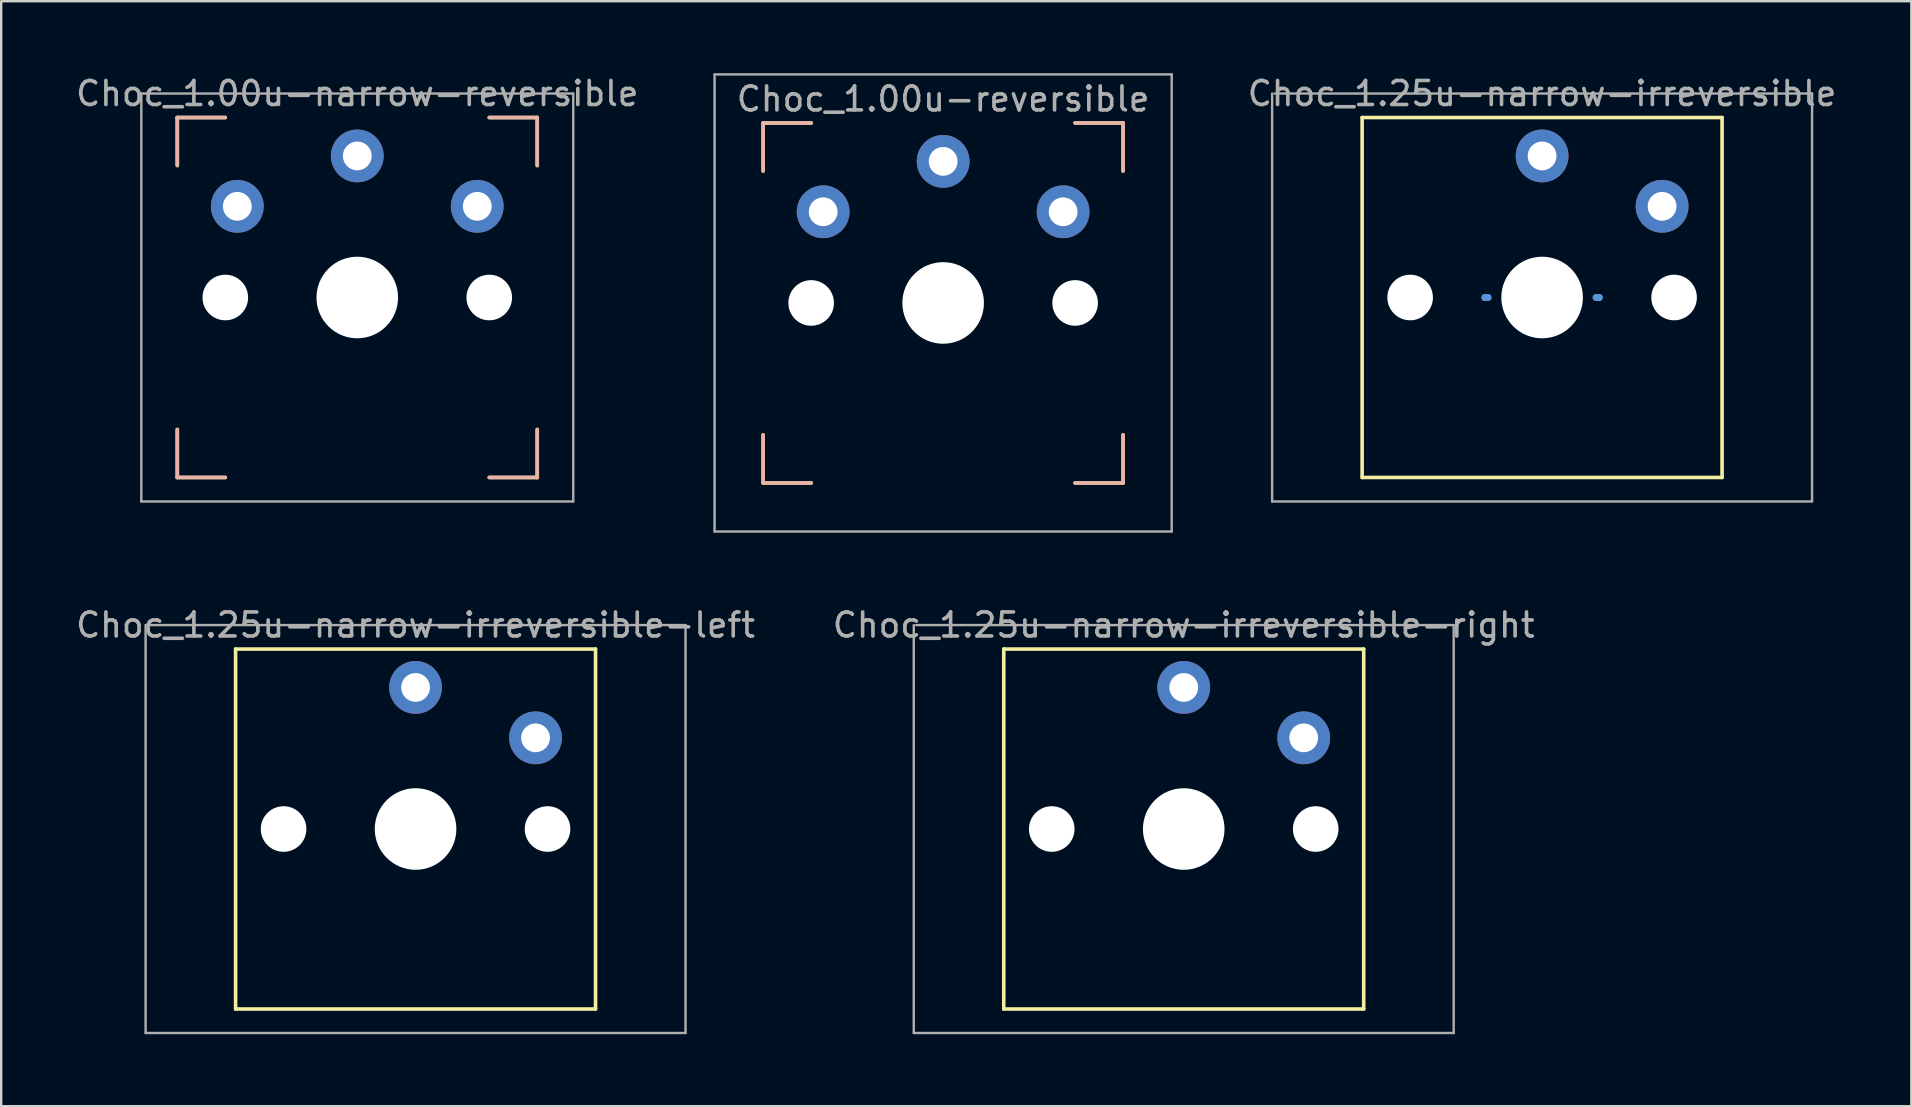
<source format=kicad_pcb>
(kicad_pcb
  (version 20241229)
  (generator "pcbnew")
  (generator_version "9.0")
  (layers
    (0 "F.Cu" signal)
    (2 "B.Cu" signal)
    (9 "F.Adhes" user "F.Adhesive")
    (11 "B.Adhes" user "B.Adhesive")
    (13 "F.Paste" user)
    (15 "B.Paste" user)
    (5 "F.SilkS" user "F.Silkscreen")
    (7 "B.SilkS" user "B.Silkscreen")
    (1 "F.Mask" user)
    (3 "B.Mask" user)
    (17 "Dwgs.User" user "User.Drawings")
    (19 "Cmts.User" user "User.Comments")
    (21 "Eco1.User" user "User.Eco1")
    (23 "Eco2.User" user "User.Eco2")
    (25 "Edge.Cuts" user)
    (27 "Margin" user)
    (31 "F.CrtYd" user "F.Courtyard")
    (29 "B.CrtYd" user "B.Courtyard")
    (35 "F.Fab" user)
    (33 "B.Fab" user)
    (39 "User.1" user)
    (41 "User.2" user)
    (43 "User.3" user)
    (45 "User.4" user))
  (footprint "Choc_1.00u-reversible"
    (layer "F.Cu")
    (at 36.254 9.575)
    (property "Reference" "Choc_1.00u-reversible" (at 0 -8.5 0) (layer "F.Fab") (effects (font (size 1 1) (thickness 0.15))))
    (attr through_hole)
    (fp_line (start -7.5 -7.5) (end -5.5 -7.5) (stroke (width 0.15) (type solid)) (layer "F.SilkS"))
    (fp_line (start -7.5 -5.5) (end -7.5 -7.5) (stroke (width 0.15) (type solid)) (layer "F.SilkS"))
    (fp_line (start -7.5 7.5) (end -7.5 5.5) (stroke (width 0.15) (type solid)) (layer "F.SilkS"))
    (fp_line (start -7.5 7.5) (end -5.5 7.5) (stroke (width 0.15) (type solid)) (layer "F.SilkS"))
    (fp_line (start 5.5 -7.5) (end 7.5 -7.5) (stroke (width 0.15) (type solid)) (layer "F.SilkS"))
    (fp_line (start 7.5 -7.5) (end 7.5 -5.5) (stroke (width 0.15) (type solid)) (layer "F.SilkS"))
    (fp_line (start 7.5 7.5) (end 5.5 7.5) (stroke (width 0.15) (type solid)) (layer "F.SilkS"))
    (fp_line (start 7.5 7.5) (end 7.5 5.5) (stroke (width 0.15) (type solid)) (layer "F.SilkS"))
    (fp_line (start -7.5 -5.5) (end -7.5 -7.5) (stroke (width 0.15) (type solid)) (layer "B.SilkS"))
    (fp_line (start -7.5 7.5) (end -7.5 5.5) (stroke (width 0.15) (type solid)) (layer "B.SilkS"))
    (fp_line (start -7.5 7.5) (end -5.5 7.5) (stroke (width 0.15) (type solid)) (layer "B.SilkS"))
    (fp_line (start -5.5 -7.5) (end -7.5 -7.5) (stroke (width 0.15) (type solid)) (layer "B.SilkS"))
    (fp_line (start 5.5 -7.5) (end 7.5 -7.5) (stroke (width 0.15) (type solid)) (layer "B.SilkS"))
    (fp_line (start 7.5 -5.5) (end 7.5 -7.5) (stroke (width 0.15) (type solid)) (layer "B.SilkS"))
    (fp_line (start 7.5 7.5) (end 5.5 7.5) (stroke (width 0.15) (type solid)) (layer "B.SilkS"))
    (fp_line (start 7.5 7.5) (end 7.5 5.5) (stroke (width 0.15) (type solid)) (layer "B.SilkS"))
    (fp_line (start -9.525 -9.525) (end 9.525 -9.525) (stroke (width 0.1) (type solid)) (layer "F.Fab"))
    (fp_line (start -9.525 9.525) (end -9.525 -9.525) (stroke (width 0.1) (type solid)) (layer "F.Fab"))
    (fp_line (start 9.525 -9.525) (end 9.525 9.525) (stroke (width 0.1) (type solid)) (layer "F.Fab"))
    (fp_line (start 9.525 9.525) (end -9.525 9.525) (stroke (width 0.1) (type solid)) (layer "F.Fab"))
    (pad "" np_thru_hole circle (at -5.5 0) (size 1.9 1.9) (drill 1.9) (layers "*.Cu" "*.Mask"))
    (pad "" np_thru_hole circle (at 0 0) (size 3.4 3.4) (drill 3.4) (layers "*.Cu" "*.Mask"))
    (pad "" np_thru_hole circle (at 5.5 0) (size 1.9 1.9) (drill 1.9) (layers "*.Cu" "*.Mask"))
    (pad "1" thru_hole circle (at 0 -5.9) (size 2.2 2.2) (drill 1.2) (layers "*.Cu" "*.Mask"))
    (pad "2" thru_hole circle (at -5 -3.8) (size 2.2 2.2) (drill 1.2) (layers "*.Cu" "*.Mask"))
    (pad "2" thru_hole circle (at 5 -3.8) (size 2.2 2.2) (drill 1.2) (layers "*.Cu" "*.Mask")))
  (footprint "Choc_1.25u-narrow-irreversible-right"
    (layer "F.Cu")
    (at 44.03 31.498)
    (property "Reference" "Choc_1.25u-narrow-irreversible-right" (at 2.25 -8.5 0) (layer "F.Fab") (effects (font (size 1 1) (thickness 0.15))))
    (attr through_hole)
    (fp_line (start -5.25 -7.5) (end 9.75 -7.5) (stroke (width 0.15) (type solid)) (layer "F.SilkS"))
    (fp_line (start -5.25 7.5) (end -5.25 -7.5) (stroke (width 0.15) (type solid)) (layer "F.SilkS"))
    (fp_line (start 9.75 -7.5) (end 9.75 7.5) (stroke (width 0.15) (type solid)) (layer "F.SilkS"))
    (fp_line (start 9.75 7.5) (end -5.25 7.5) (stroke (width 0.15) (type solid)) (layer "F.SilkS"))
    (fp_line (start -9 8.5) (end -9 -8.5) (stroke (width 0.1) (type solid)) (layer "F.Fab"))
    (fp_line (start -8.9 -8.5) (end 13.5 -8.5) (stroke (width 0.1) (type solid)) (layer "F.Fab"))
    (fp_line (start 13.5 -8.5) (end 13.5 8.5) (stroke (width 0.1) (type solid)) (layer "F.Fab"))
    (fp_line (start 13.5 8.5) (end -9 8.5) (stroke (width 0.1) (type solid)) (layer "F.Fab"))
    (pad "" np_thru_hole circle (at -3.25 0) (size 1.9 1.9) (drill 1.9) (layers "*.Cu" "*.Mask"))
    (pad "" np_thru_hole circle (at 2.25 0) (size 3.4 3.4) (drill 3.4) (layers "*.Cu" "*.Mask"))
    (pad "" np_thru_hole circle (at 7.75 0) (size 1.9 1.9) (drill 1.9) (layers "*.Cu" "*.Mask"))
    (pad "1" thru_hole circle (at 2.25 -5.9) (size 2.2 2.2) (drill 1.2) (layers "*.Cu" "*.Mask"))
    (pad "2" thru_hole circle (at 7.25 -3.8) (size 2.2 2.2) (drill 1.2) (layers "*.Cu" "*.Mask")))
  (footprint "Choc_1.25u-narrow-irreversible-left"
    (layer "F.Cu")
    (at 16.518 31.498)
    (property "Reference" "Choc_1.25u-narrow-irreversible-left" (at -2.25 -8.5 0) (layer "F.Fab") (effects (font (size 1 1) (thickness 0.15))))
    (attr through_hole)
    (fp_line (start -9.75 -7.5) (end 5.25 -7.5) (stroke (width 0.15) (type solid)) (layer "F.SilkS"))
    (fp_line (start -9.75 7.5) (end -9.75 -7.5) (stroke (width 0.15) (type solid)) (layer "F.SilkS"))
    (fp_line (start 5.25 -7.5) (end 5.25 7.5) (stroke (width 0.15) (type solid)) (layer "F.SilkS"))
    (fp_line (start 5.25 7.5) (end -9.75 7.5) (stroke (width 0.15) (type solid)) (layer "F.SilkS"))
    (fp_line (start -13.5 8.5) (end -13.5 -8.5) (stroke (width 0.1) (type solid)) (layer "F.Fab"))
    (fp_line (start -13.4 -8.5) (end 9 -8.5) (stroke (width 0.1) (type solid)) (layer "F.Fab"))
    (fp_line (start 9 -8.5) (end 9 8.5) (stroke (width 0.1) (type solid)) (layer "F.Fab"))
    (fp_line (start 9 8.5) (end -13.5 8.5) (stroke (width 0.1) (type solid)) (layer "F.Fab"))
    (pad "" np_thru_hole circle (at -7.75 0) (size 1.9 1.9) (drill 1.9) (layers "*.Cu" "*.Mask"))
    (pad "" np_thru_hole circle (at -2.25 0) (size 3.4 3.4) (drill 3.4) (layers "*.Cu" "*.Mask"))
    (pad "" np_thru_hole circle (at 3.25 0) (size 1.9 1.9) (drill 1.9) (layers "*.Cu" "*.Mask"))
    (pad "1" thru_hole circle (at -2.25 -5.9) (size 2.2 2.2) (drill 1.2) (layers "*.Cu" "*.Mask"))
    (pad "2" thru_hole circle (at 2.75 -3.8) (size 2.2 2.2) (drill 1.2) (layers "*.Cu" "*.Mask")))
  (footprint "Choc_1.25u-narrow-irreversible"
    (layer "F.Cu")
    (at 61.215 9.348)
    (property "Reference" "Choc_1.25u-narrow-irreversible" (at 0 -8.5 0) (layer "F.Fab") (effects (font (size 1 1) (thickness 0.15))))
    (attr through_hole)
    (fp_line (start -7.5 -7.5) (end 7.5 -7.5) (stroke (width 0.15) (type solid)) (layer "F.SilkS"))
    (fp_line (start -7.5 7.5) (end -7.5 -7.5) (stroke (width 0.15) (type solid)) (layer "F.SilkS"))
    (fp_line (start 7.5 -7.5) (end 7.5 7.5) (stroke (width 0.15) (type solid)) (layer "F.SilkS"))
    (fp_line (start 7.5 7.5) (end -7.5 7.5) (stroke (width 0.15) (type solid)) (layer "F.SilkS"))
    (fp_circle (center -2.381 0) (end -2.381 0) (stroke (width 0.15) (type solid)) (fill no) (layer "Cmts.User"))
    (fp_circle (center -2.375 0) (end -2.375 0) (stroke (width 0.15) (type solid)) (fill no) (layer "Cmts.User"))
    (fp_circle (center -2.25 0) (end -2.25 0) (stroke (width 0.15) (type solid)) (fill no) (layer "Cmts.User"))
    (fp_circle (center 2.25 0) (end 2.25 0) (stroke (width 0.15) (type solid)) (fill no) (layer "Cmts.User"))
    (fp_circle (center 2.375 0) (end 2.375 0) (stroke (width 0.15) (type solid)) (fill no) (layer "Cmts.User"))
    (fp_circle (center 2.381 0) (end 2.381 0) (stroke (width 0.15) (type solid)) (fill no) (layer "Cmts.User"))
    (fp_line (start -11.25 8.5) (end -11.25 -8.5) (stroke (width 0.1) (type solid)) (layer "F.Fab"))
    (fp_line (start -11.15 -8.5) (end 11.25 -8.5) (stroke (width 0.1) (type solid)) (layer "F.Fab"))
    (fp_line (start 11.25 -8.5) (end 11.25 8.5) (stroke (width 0.1) (type solid)) (layer "F.Fab"))
    (fp_line (start 11.25 8.5) (end -11.25 8.5) (stroke (width 0.1) (type solid)) (layer "F.Fab"))
    (pad "" np_thru_hole circle (at -5.5 0) (size 1.9 1.9) (drill 1.9) (layers "*.Cu" "*.Mask"))
    (pad "" np_thru_hole circle (at 0 0) (size 3.4 3.4) (drill 3.4) (layers "*.Cu" "*.Mask"))
    (pad "" np_thru_hole circle (at 5.5 0) (size 1.9 1.9) (drill 1.9) (layers "*.Cu" "*.Mask"))
    (pad "1" thru_hole circle (at 0 -5.9) (size 2.2 2.2) (drill 1.2) (layers "*.Cu" "*.Mask"))
    (pad "2" thru_hole circle (at 5 -3.8) (size 2.2 2.2) (drill 1.2) (layers "*.Cu" "*.Mask")))
  (footprint "Choc_1.00u-narrow-reversible"
    (layer "F.Cu")
    (at 11.839 9.348)
    (property "Reference" "Choc_1.00u-narrow-reversible" (at 0 -8.5 0) (layer "F.Fab") (effects (font (size 1 1) (thickness 0.15))))
    (attr through_hole)
    (fp_line (start -7.5 -7.5) (end -5.5 -7.5) (stroke (width 0.15) (type solid)) (layer "F.SilkS"))
    (fp_line (start -7.5 -5.5) (end -7.5 -7.5) (stroke (width 0.15) (type solid)) (layer "F.SilkS"))
    (fp_line (start -7.5 7.5) (end -7.5 5.5) (stroke (width 0.15) (type solid)) (layer "F.SilkS"))
    (fp_line (start -7.5 7.5) (end -5.5 7.5) (stroke (width 0.15) (type solid)) (layer "F.SilkS"))
    (fp_line (start 5.5 -7.5) (end 7.5 -7.5) (stroke (width 0.15) (type solid)) (layer "F.SilkS"))
    (fp_line (start 7.5 -7.5) (end 7.5 -5.5) (stroke (width 0.15) (type solid)) (layer "F.SilkS"))
    (fp_line (start 7.5 7.5) (end 5.5 7.5) (stroke (width 0.15) (type solid)) (layer "F.SilkS"))
    (fp_line (start 7.5 7.5) (end 7.5 5.5) (stroke (width 0.15) (type solid)) (layer "F.SilkS"))
    (fp_line (start -7.5 -5.5) (end -7.5 -7.5) (stroke (width 0.15) (type solid)) (layer "B.SilkS"))
    (fp_line (start -7.5 7.5) (end -7.5 5.5) (stroke (width 0.15) (type solid)) (layer "B.SilkS"))
    (fp_line (start -7.5 7.5) (end -5.5 7.5) (stroke (width 0.15) (type solid)) (layer "B.SilkS"))
    (fp_line (start -5.5 -7.5) (end -7.5 -7.5) (stroke (width 0.15) (type solid)) (layer "B.SilkS"))
    (fp_line (start 5.5 -7.5) (end 7.5 -7.5) (stroke (width 0.15) (type solid)) (layer "B.SilkS"))
    (fp_line (start 7.5 -5.5) (end 7.5 -7.5) (stroke (width 0.15) (type solid)) (layer "B.SilkS"))
    (fp_line (start 7.5 7.5) (end 5.5 7.5) (stroke (width 0.15) (type solid)) (layer "B.SilkS"))
    (fp_line (start 7.5 7.5) (end 7.5 5.5) (stroke (width 0.15) (type solid)) (layer "B.SilkS"))
    (fp_line (start -9 -8.5) (end 9 -8.5) (stroke (width 0.1) (type solid)) (layer "F.Fab"))
    (fp_line (start -9 8.5) (end -9 -8.5) (stroke (width 0.1) (type solid)) (layer "F.Fab"))
    (fp_line (start 9 -8.5) (end 9 8.5) (stroke (width 0.1) (type solid)) (layer "F.Fab"))
    (fp_line (start 9 8.5) (end -9 8.5) (stroke (width 0.1) (type solid)) (layer "F.Fab"))
    (pad "" np_thru_hole circle (at -5.5 0) (size 1.9 1.9) (drill 1.9) (layers "*.Cu" "*.Mask"))
    (pad "" np_thru_hole circle (at 0 0) (size 3.4 3.4) (drill 3.4) (layers "*.Cu" "*.Mask"))
    (pad "" np_thru_hole circle (at 5.5 0) (size 1.9 1.9) (drill 1.9) (layers "*.Cu" "*.Mask"))
    (pad "1" thru_hole circle (at 0 -5.9) (size 2.2 2.2) (drill 1.2) (layers "*.Cu" "*.Mask"))
    (pad "2" thru_hole circle (at -5 -3.8) (size 2.2 2.2) (drill 1.2) (layers "*.Cu" "*.Mask"))
    (pad "2" thru_hole circle (at 5 -3.8) (size 2.2 2.2) (drill 1.2) (layers "*.Cu" "*.Mask")))
  (gr_rect
    (start -3 -3)
    (end 76.602 43.048)
    (stroke (width 0.1) (type default))
    (fill no)
    (layer "Edge.Cuts")))
</source>
